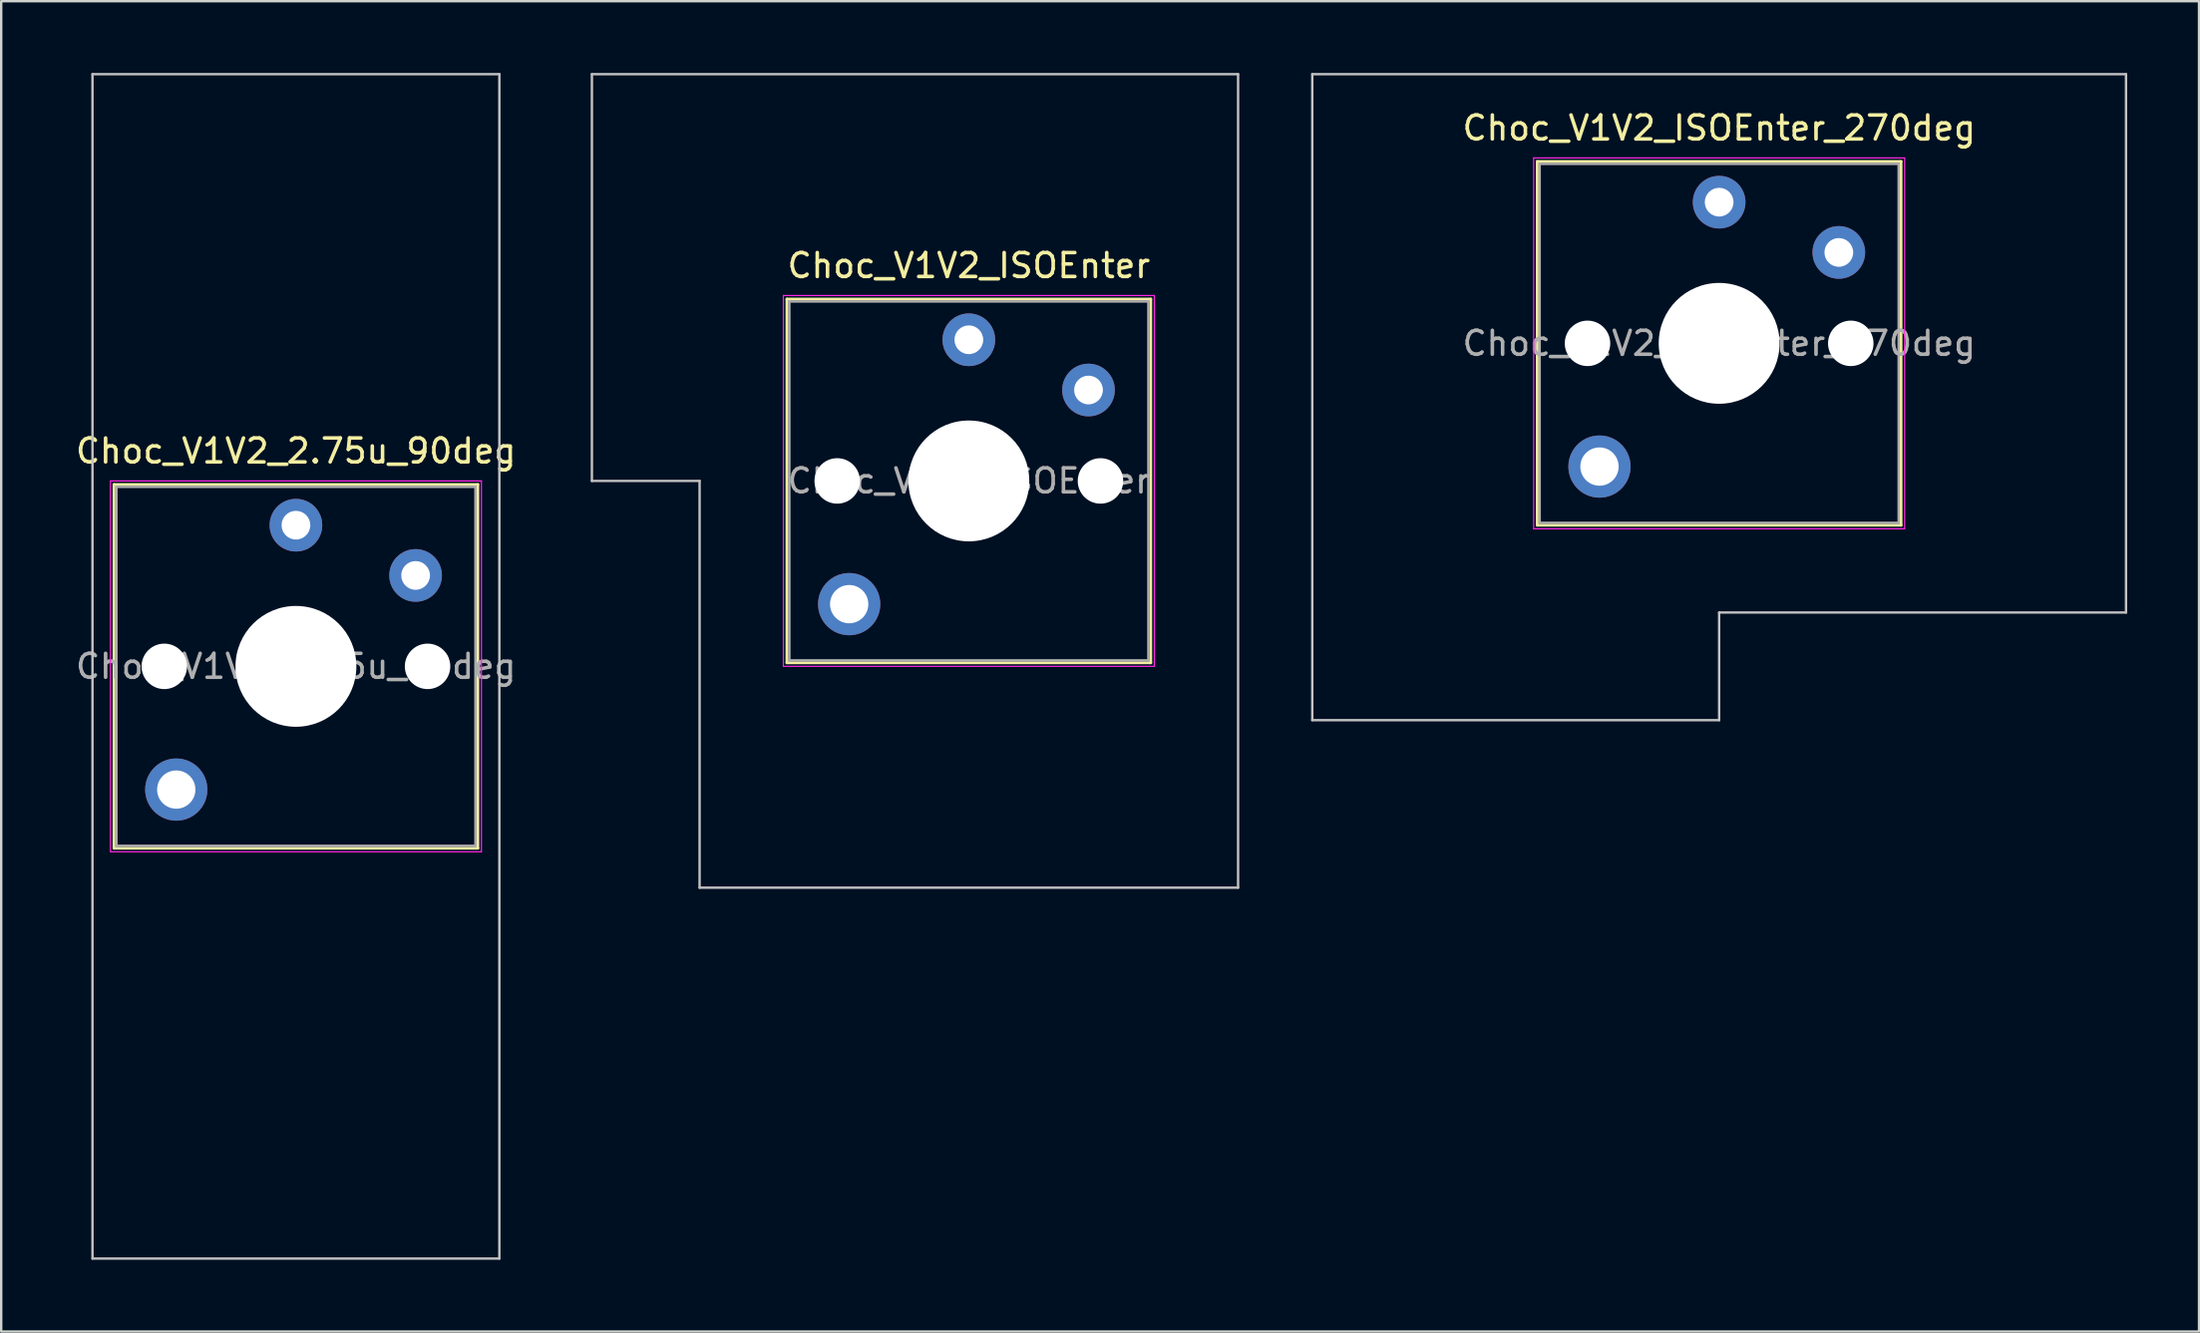
<source format=kicad_pcb>
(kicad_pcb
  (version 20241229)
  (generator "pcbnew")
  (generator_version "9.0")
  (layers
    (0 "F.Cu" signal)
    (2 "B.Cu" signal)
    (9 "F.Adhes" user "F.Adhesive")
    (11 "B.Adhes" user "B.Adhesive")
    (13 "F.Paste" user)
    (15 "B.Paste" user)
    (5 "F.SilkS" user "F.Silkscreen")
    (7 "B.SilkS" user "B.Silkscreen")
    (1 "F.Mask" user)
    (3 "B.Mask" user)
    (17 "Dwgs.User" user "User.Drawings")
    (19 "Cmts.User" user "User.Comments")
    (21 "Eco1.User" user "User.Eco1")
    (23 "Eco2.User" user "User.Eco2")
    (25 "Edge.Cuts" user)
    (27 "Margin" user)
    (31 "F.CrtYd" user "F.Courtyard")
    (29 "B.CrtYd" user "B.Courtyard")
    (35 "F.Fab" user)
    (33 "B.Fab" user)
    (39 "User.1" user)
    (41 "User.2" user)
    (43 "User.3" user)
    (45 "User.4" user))
  (footprint "Choc_V1V2_ISOEnter"
    (layer "F.Cu")
    (at 37.431 17.05)
    (property "Reference" "Choc_V1V2_ISOEnter" (at 0 -9 0) (layer "F.SilkS") (effects (font (size 1 1) (thickness 0.15))))
    (attr through_hole)
    (fp_line (start -7.6 -7.6) (end -7.6 7.6) (stroke (width 0.12) (type solid)) (layer "F.SilkS"))
    (fp_line (start -7.6 7.6) (end 7.6 7.6) (stroke (width 0.12) (type solid)) (layer "F.SilkS"))
    (fp_line (start 7.6 -7.6) (end -7.6 -7.6) (stroke (width 0.12) (type solid)) (layer "F.SilkS"))
    (fp_line (start 7.6 7.6) (end 7.6 -7.6) (stroke (width 0.12) (type solid)) (layer "F.SilkS"))
    (fp_line (start -15.75 -17) (end -15.75 0) (stroke (width 0.1) (type solid)) (layer "Dwgs.User"))
    (fp_line (start -15.75 0) (end -11.25 0) (stroke (width 0.1) (type solid)) (layer "Dwgs.User"))
    (fp_line (start -11.25 0) (end -11.25 17) (stroke (width 0.1) (type solid)) (layer "Dwgs.User"))
    (fp_line (start -11.25 17) (end 11.25 17) (stroke (width 0.1) (type solid)) (layer "Dwgs.User"))
    (fp_line (start 11.25 -17) (end -15.75 -17) (stroke (width 0.1) (type solid)) (layer "Dwgs.User"))
    (fp_line (start 11.25 17) (end 11.25 -17) (stroke (width 0.1) (type solid)) (layer "Dwgs.User"))
    (fp_line (start -7.25 -7.25) (end -7.25 7.25) (stroke (width 0.1) (type solid)) (layer "Eco1.User"))
    (fp_line (start -7.25 7.25) (end 7.25 7.25) (stroke (width 0.1) (type solid)) (layer "Eco1.User"))
    (fp_line (start 7.25 -7.25) (end -7.25 -7.25) (stroke (width 0.1) (type solid)) (layer "Eco1.User"))
    (fp_line (start 7.25 7.25) (end 7.25 -7.25) (stroke (width 0.1) (type solid)) (layer "Eco1.User"))
    (fp_line (start -7.75 -7.75) (end -7.75 7.75) (stroke (width 0.05) (type solid)) (layer "F.CrtYd"))
    (fp_line (start -7.75 7.75) (end 7.75 7.75) (stroke (width 0.05) (type solid)) (layer "F.CrtYd"))
    (fp_line (start 7.75 -7.75) (end -7.75 -7.75) (stroke (width 0.05) (type solid)) (layer "F.CrtYd"))
    (fp_line (start 7.75 7.75) (end 7.75 -7.75) (stroke (width 0.05) (type solid)) (layer "F.CrtYd"))
    (fp_line (start -7.5 -7.5) (end -7.5 7.5) (stroke (width 0.1) (type solid)) (layer "F.Fab"))
    (fp_line (start -7.5 7.5) (end 7.5 7.5) (stroke (width 0.1) (type solid)) (layer "F.Fab"))
    (fp_line (start 7.5 -7.5) (end -7.5 -7.5) (stroke (width 0.1) (type solid)) (layer "F.Fab"))
    (fp_line (start 7.5 7.5) (end 7.5 -7.5) (stroke (width 0.1) (type solid)) (layer "F.Fab"))
    (fp_text user "${REFERENCE}" (at 0 0 0) (layer "F.Fab") (effects (font (size 1 1) (thickness 0.15))))
    (pad "" np_thru_hole circle (at -5.5 0) (size 1.9 1.9) (drill 1.9) (layers "*.Cu" "*.Mask"))
    (pad "" thru_hole circle (at -5 5.15) (size 2.6 2.6) (drill 1.6) (layers "*.Cu" "*.Mask"))
    (pad "" np_thru_hole circle (at 0 0) (size 5.05 5.05) (drill 5.05) (layers "*.Cu" "*.Mask"))
    (pad "" np_thru_hole circle (at 5.5 0) (size 1.9 1.9) (drill 1.9) (layers "*.Cu" "*.Mask"))
    (pad "1" thru_hole circle (at 0 -5.9) (size 2.2 2.2) (drill 1.2) (layers "*.Cu" "*.Mask"))
    (pad "2" thru_hole circle (at 5 -3.8) (size 2.2 2.2) (drill 1.2) (layers "*.Cu" "*.Mask")))
  (footprint "Choc_V1V2_ISOEnter_270deg"
    (layer "F.Cu")
    (at 68.781 11.3)
    (property "Reference" "Choc_V1V2_ISOEnter_270deg" (at 0 -9 0) (layer "F.SilkS") (effects (font (size 1 1) (thickness 0.15))))
    (attr through_hole)
    (fp_line (start -7.6 -7.6) (end -7.6 7.6) (stroke (width 0.12) (type solid)) (layer "F.SilkS"))
    (fp_line (start -7.6 7.6) (end 7.6 7.6) (stroke (width 0.12) (type solid)) (layer "F.SilkS"))
    (fp_line (start 7.6 -7.6) (end -7.6 -7.6) (stroke (width 0.12) (type solid)) (layer "F.SilkS"))
    (fp_line (start 7.6 7.6) (end 7.6 -7.6) (stroke (width 0.12) (type solid)) (layer "F.SilkS"))
    (fp_line (start -17 -11.25) (end -17 15.75) (stroke (width 0.1) (type solid)) (layer "Dwgs.User"))
    (fp_line (start -17 15.75) (end 0 15.75) (stroke (width 0.1) (type solid)) (layer "Dwgs.User"))
    (fp_line (start 0 11.25) (end 17 11.25) (stroke (width 0.1) (type solid)) (layer "Dwgs.User"))
    (fp_line (start 0 15.75) (end 0 11.25) (stroke (width 0.1) (type solid)) (layer "Dwgs.User"))
    (fp_line (start 17 -11.25) (end -17 -11.25) (stroke (width 0.1) (type solid)) (layer "Dwgs.User"))
    (fp_line (start 17 11.25) (end 17 -11.25) (stroke (width 0.1) (type solid)) (layer "Dwgs.User"))
    (fp_line (start -7.25 -7.25) (end -7.25 7.25) (stroke (width 0.1) (type solid)) (layer "Eco1.User"))
    (fp_line (start -7.25 7.25) (end 7.25 7.25) (stroke (width 0.1) (type solid)) (layer "Eco1.User"))
    (fp_line (start 7.25 -7.25) (end -7.25 -7.25) (stroke (width 0.1) (type solid)) (layer "Eco1.User"))
    (fp_line (start 7.25 7.25) (end 7.25 -7.25) (stroke (width 0.1) (type solid)) (layer "Eco1.User"))
    (fp_line (start -7.75 -7.75) (end -7.75 7.75) (stroke (width 0.05) (type solid)) (layer "F.CrtYd"))
    (fp_line (start -7.75 7.75) (end 7.75 7.75) (stroke (width 0.05) (type solid)) (layer "F.CrtYd"))
    (fp_line (start 7.75 -7.75) (end -7.75 -7.75) (stroke (width 0.05) (type solid)) (layer "F.CrtYd"))
    (fp_line (start 7.75 7.75) (end 7.75 -7.75) (stroke (width 0.05) (type solid)) (layer "F.CrtYd"))
    (fp_line (start -7.5 -7.5) (end -7.5 7.5) (stroke (width 0.1) (type solid)) (layer "F.Fab"))
    (fp_line (start -7.5 7.5) (end 7.5 7.5) (stroke (width 0.1) (type solid)) (layer "F.Fab"))
    (fp_line (start 7.5 -7.5) (end -7.5 -7.5) (stroke (width 0.1) (type solid)) (layer "F.Fab"))
    (fp_line (start 7.5 7.5) (end 7.5 -7.5) (stroke (width 0.1) (type solid)) (layer "F.Fab"))
    (fp_text user "${REFERENCE}" (at 0 0 0) (layer "F.Fab") (effects (font (size 1 1) (thickness 0.15))))
    (pad "" np_thru_hole circle (at -5.5 0) (size 1.9 1.9) (drill 1.9) (layers "*.Cu" "*.Mask"))
    (pad "" thru_hole circle (at -5 5.15) (size 2.6 2.6) (drill 1.6) (layers "*.Cu" "*.Mask"))
    (pad "" np_thru_hole circle (at 0 0) (size 5.05 5.05) (drill 5.05) (layers "*.Cu" "*.Mask"))
    (pad "" np_thru_hole circle (at 5.5 0) (size 1.9 1.9) (drill 1.9) (layers "*.Cu" "*.Mask"))
    (pad "1" thru_hole circle (at 0 -5.9) (size 2.2 2.2) (drill 1.2) (layers "*.Cu" "*.Mask"))
    (pad "2" thru_hole circle (at 5 -3.8) (size 2.2 2.2) (drill 1.2) (layers "*.Cu" "*.Mask")))
  (footprint "Choc_V1V2_2.75u_90deg"
    (layer "F.Cu")
    (at 9.315 24.8)
    (property "Reference" "Choc_V1V2_2.75u_90deg" (at 0 -9 0) (layer "F.SilkS") (effects (font (size 1 1) (thickness 0.15))))
    (attr through_hole)
    (fp_line (start -7.6 -7.6) (end -7.6 7.6) (stroke (width 0.12) (type solid)) (layer "F.SilkS"))
    (fp_line (start -7.6 7.6) (end 7.6 7.6) (stroke (width 0.12) (type solid)) (layer "F.SilkS"))
    (fp_line (start 7.6 -7.6) (end -7.6 -7.6) (stroke (width 0.12) (type solid)) (layer "F.SilkS"))
    (fp_line (start 7.6 7.6) (end 7.6 -7.6) (stroke (width 0.12) (type solid)) (layer "F.SilkS"))
    (fp_line (start -8.5 -24.75) (end 8.5 -24.75) (stroke (width 0.1) (type solid)) (layer "Dwgs.User"))
    (fp_line (start -8.5 24.75) (end -8.5 -24.75) (stroke (width 0.1) (type solid)) (layer "Dwgs.User"))
    (fp_line (start 8.5 -24.75) (end 8.5 24.75) (stroke (width 0.1) (type solid)) (layer "Dwgs.User"))
    (fp_line (start 8.5 24.75) (end -8.5 24.75) (stroke (width 0.1) (type solid)) (layer "Dwgs.User"))
    (fp_line (start -7.25 -7.25) (end -7.25 7.25) (stroke (width 0.1) (type solid)) (layer "Eco1.User"))
    (fp_line (start -7.25 7.25) (end 7.25 7.25) (stroke (width 0.1) (type solid)) (layer "Eco1.User"))
    (fp_line (start 7.25 -7.25) (end -7.25 -7.25) (stroke (width 0.1) (type solid)) (layer "Eco1.User"))
    (fp_line (start 7.25 7.25) (end 7.25 -7.25) (stroke (width 0.1) (type solid)) (layer "Eco1.User"))
    (fp_line (start -7.75 -7.75) (end -7.75 7.75) (stroke (width 0.05) (type solid)) (layer "F.CrtYd"))
    (fp_line (start -7.75 7.75) (end 7.75 7.75) (stroke (width 0.05) (type solid)) (layer "F.CrtYd"))
    (fp_line (start 7.75 -7.75) (end -7.75 -7.75) (stroke (width 0.05) (type solid)) (layer "F.CrtYd"))
    (fp_line (start 7.75 7.75) (end 7.75 -7.75) (stroke (width 0.05) (type solid)) (layer "F.CrtYd"))
    (fp_line (start -7.5 -7.5) (end -7.5 7.5) (stroke (width 0.1) (type solid)) (layer "F.Fab"))
    (fp_line (start -7.5 7.5) (end 7.5 7.5) (stroke (width 0.1) (type solid)) (layer "F.Fab"))
    (fp_line (start 7.5 -7.5) (end -7.5 -7.5) (stroke (width 0.1) (type solid)) (layer "F.Fab"))
    (fp_line (start 7.5 7.5) (end 7.5 -7.5) (stroke (width 0.1) (type solid)) (layer "F.Fab"))
    (fp_text user "${REFERENCE}" (at 0 0 0) (layer "F.Fab") (effects (font (size 1 1) (thickness 0.15))))
    (pad "" np_thru_hole circle (at -5.5 0) (size 1.9 1.9) (drill 1.9) (layers "*.Cu" "*.Mask"))
    (pad "" thru_hole circle (at -5 5.15) (size 2.6 2.6) (drill 1.6) (layers "*.Cu" "*.Mask"))
    (pad "" np_thru_hole circle (at 0 0) (size 5.05 5.05) (drill 5.05) (layers "*.Cu" "*.Mask"))
    (pad "" np_thru_hole circle (at 5.5 0) (size 1.9 1.9) (drill 1.9) (layers "*.Cu" "*.Mask"))
    (pad "1" thru_hole circle (at 0 -5.9) (size 2.2 2.2) (drill 1.2) (layers "*.Cu" "*.Mask"))
    (pad "2" thru_hole circle (at 5 -3.8) (size 2.2 2.2) (drill 1.2) (layers "*.Cu" "*.Mask")))
  (gr_rect
    (start -3 -3)
    (end 88.831 52.6)
    (stroke (width 0.1) (type default))
    (fill no)
    (layer "Edge.Cuts")))
</source>
